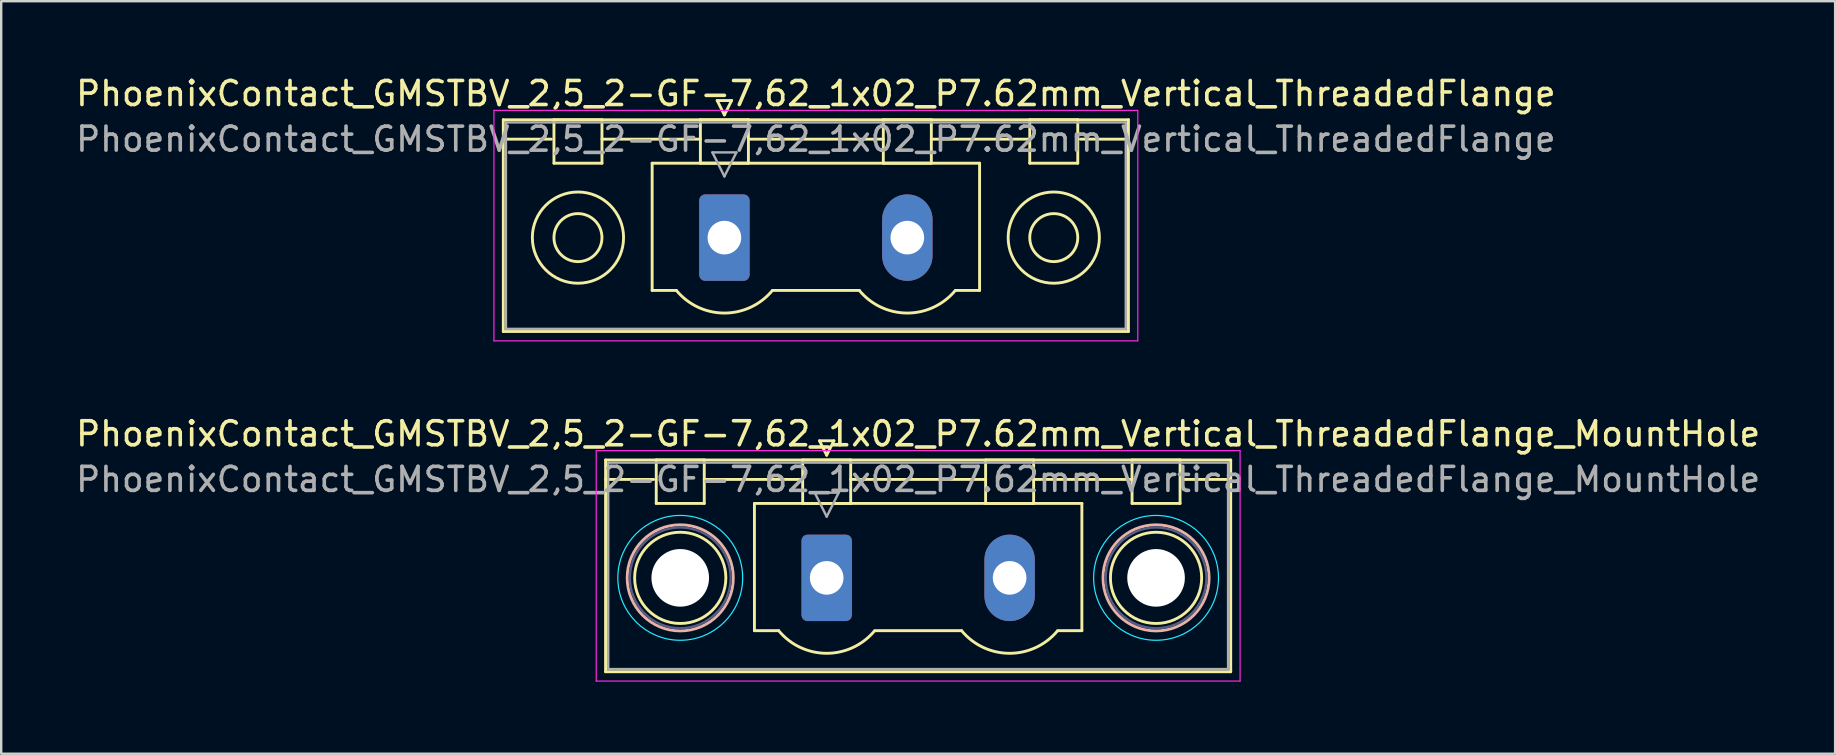
<source format=kicad_pcb>
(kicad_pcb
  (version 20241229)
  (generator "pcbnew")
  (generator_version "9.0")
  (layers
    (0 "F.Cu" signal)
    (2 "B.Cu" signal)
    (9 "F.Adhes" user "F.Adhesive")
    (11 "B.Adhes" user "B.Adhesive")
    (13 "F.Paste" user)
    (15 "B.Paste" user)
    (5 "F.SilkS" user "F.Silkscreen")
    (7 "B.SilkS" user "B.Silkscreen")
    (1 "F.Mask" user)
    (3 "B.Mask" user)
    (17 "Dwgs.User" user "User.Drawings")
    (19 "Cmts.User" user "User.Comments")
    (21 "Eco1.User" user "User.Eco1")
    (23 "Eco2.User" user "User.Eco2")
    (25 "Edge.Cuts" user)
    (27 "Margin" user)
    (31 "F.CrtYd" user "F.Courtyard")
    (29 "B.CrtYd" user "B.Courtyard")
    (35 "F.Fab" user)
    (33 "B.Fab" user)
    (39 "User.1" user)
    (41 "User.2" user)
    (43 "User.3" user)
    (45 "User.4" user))
  (footprint "PhoenixContact_GMSTBV_2,5_2-GF-7,62_1x02_P7.62mm_Vertical_ThreadedFlange_MountHole"
    (layer "F.Cu")
    (at 31.386 21.021)
    (property "Reference" "PhoenixContact_GMSTBV_2,5_2-GF-7,62_1x02_P7.62mm_Vertical_ThreadedFlange_MountHole" (at 3.81 -6 0) (layer "F.SilkS") (effects (font (size 1 1) (thickness 0.15))))
    (attr through_hole)
    (fp_line (start -9.21 -4.91) (end -9.21 3.91) (stroke (width 0.12) (type solid)) (layer "F.SilkS"))
    (fp_line (start -9.21 -4.1) (end -7.21 -4.1) (stroke (width 0.12) (type solid)) (layer "F.SilkS"))
    (fp_line (start -9.21 3.91) (end 16.83 3.91) (stroke (width 0.12) (type solid)) (layer "F.SilkS"))
    (fp_line (start -7.1 -4.91) (end -5.1 -4.91) (stroke (width 0.12) (type solid)) (layer "F.SilkS"))
    (fp_line (start -7.1 -3.1) (end -7.1 -4.91) (stroke (width 0.12) (type solid)) (layer "F.SilkS"))
    (fp_line (start -5.1 -4.91) (end -5.1 -3.1) (stroke (width 0.12) (type solid)) (layer "F.SilkS"))
    (fp_line (start -5.1 -4.1) (end -1 -4.1) (stroke (width 0.12) (type solid)) (layer "F.SilkS"))
    (fp_line (start -5.1 -3.1) (end -7.1 -3.1) (stroke (width 0.12) (type solid)) (layer "F.SilkS"))
    (fp_line (start -3.01 -3.1) (end 10.63 -3.1) (stroke (width 0.12) (type solid)) (layer "F.SilkS"))
    (fp_line (start -3.01 2.2) (end -3.01 -3.1) (stroke (width 0.12) (type solid)) (layer "F.SilkS"))
    (fp_line (start -2 2.2) (end -3.01 2.2) (stroke (width 0.12) (type solid)) (layer "F.SilkS"))
    (fp_line (start -1 -4.91) (end 1 -4.91) (stroke (width 0.12) (type solid)) (layer "F.SilkS"))
    (fp_line (start -1 -3.1) (end -1 -4.91) (stroke (width 0.12) (type solid)) (layer "F.SilkS"))
    (fp_line (start -0.3 -5.71) (end 0.3 -5.71) (stroke (width 0.12) (type solid)) (layer "F.SilkS"))
    (fp_line (start 0 -5.11) (end -0.3 -5.71) (stroke (width 0.12) (type solid)) (layer "F.SilkS"))
    (fp_line (start 0.3 -5.71) (end 0 -5.11) (stroke (width 0.12) (type solid)) (layer "F.SilkS"))
    (fp_line (start 1 -4.91) (end 1 -3.1) (stroke (width 0.12) (type solid)) (layer "F.SilkS"))
    (fp_line (start 1 -4.1) (end 6.62 -4.1) (stroke (width 0.12) (type solid)) (layer "F.SilkS"))
    (fp_line (start 1 -3.1) (end -1 -3.1) (stroke (width 0.12) (type solid)) (layer "F.SilkS"))
    (fp_line (start 2 2.2) (end 5.62 2.2) (stroke (width 0.12) (type solid)) (layer "F.SilkS"))
    (fp_line (start 6.62 -4.91) (end 8.62 -4.91) (stroke (width 0.12) (type solid)) (layer "F.SilkS"))
    (fp_line (start 6.62 -3.1) (end 6.62 -4.91) (stroke (width 0.12) (type solid)) (layer "F.SilkS"))
    (fp_line (start 8.62 -4.91) (end 8.62 -3.1) (stroke (width 0.12) (type solid)) (layer "F.SilkS"))
    (fp_line (start 8.62 -4.1) (end 12.72 -4.1) (stroke (width 0.12) (type solid)) (layer "F.SilkS"))
    (fp_line (start 8.62 -3.1) (end 6.62 -3.1) (stroke (width 0.12) (type solid)) (layer "F.SilkS"))
    (fp_line (start 10.63 -3.1) (end 10.63 2.2) (stroke (width 0.12) (type solid)) (layer "F.SilkS"))
    (fp_line (start 10.63 2.2) (end 9.62 2.2) (stroke (width 0.12) (type solid)) (layer "F.SilkS"))
    (fp_line (start 12.72 -4.91) (end 14.72 -4.91) (stroke (width 0.12) (type solid)) (layer "F.SilkS"))
    (fp_line (start 12.72 -3.1) (end 12.72 -4.91) (stroke (width 0.12) (type solid)) (layer "F.SilkS"))
    (fp_line (start 14.72 -4.91) (end 14.72 -3.1) (stroke (width 0.12) (type solid)) (layer "F.SilkS"))
    (fp_line (start 14.72 -3.1) (end 12.72 -3.1) (stroke (width 0.12) (type solid)) (layer "F.SilkS"))
    (fp_line (start 16.83 -4.91) (end -9.21 -4.91) (stroke (width 0.12) (type solid)) (layer "F.SilkS"))
    (fp_line (start 16.83 -4.1) (end 14.83 -4.1) (stroke (width 0.12) (type solid)) (layer "F.SilkS"))
    (fp_line (start 16.83 3.91) (end 16.83 -4.91) (stroke (width 0.12) (type solid)) (layer "F.SilkS"))
    (fp_arc (start 1.986842 2.215821) (mid -0.010289 3.142758) (end -2 2.2) (stroke (width 0.12) (type solid)) (layer "F.SilkS"))
    (fp_arc (start 9.606842 2.215821) (mid 7.609711 3.142758) (end 5.62 2.2) (stroke (width 0.12) (type solid)) (layer "F.SilkS"))
    (fp_circle (center -6.1 0) (end -4.2 0) (stroke (width 0.12) (type solid)) (fill no) (layer "F.SilkS"))
    (fp_circle (center 13.72 0) (end 15.62 0) (stroke (width 0.12) (type solid)) (fill no) (layer "F.SilkS"))
    (fp_circle (center -6.1 0) (end -3.89 0) (stroke (width 0.12) (type solid)) (fill no) (layer "B.SilkS"))
    (fp_circle (center 13.72 0) (end 15.93 0) (stroke (width 0.12) (type solid)) (fill no) (layer "B.SilkS"))
    (fp_circle (center -6.1 0) (end -3.5 0) (stroke (width 0.05) (type solid)) (fill no) (layer "B.CrtYd"))
    (fp_circle (center 13.72 0) (end 16.32 0) (stroke (width 0.05) (type solid)) (fill no) (layer "B.CrtYd"))
    (fp_line (start -9.6 -5.3) (end -9.6 4.3) (stroke (width 0.05) (type solid)) (layer "F.CrtYd"))
    (fp_line (start -9.6 4.3) (end 17.22 4.3) (stroke (width 0.05) (type solid)) (layer "F.CrtYd"))
    (fp_line (start 17.22 -5.3) (end -9.6 -5.3) (stroke (width 0.05) (type solid)) (layer "F.CrtYd"))
    (fp_line (start 17.22 4.3) (end 17.22 -5.3) (stroke (width 0.05) (type solid)) (layer "F.CrtYd"))
    (fp_circle (center -6.1 0) (end -4 0) (stroke (width 0.1) (type solid)) (fill no) (layer "B.Fab"))
    (fp_circle (center 13.72 0) (end 15.82 0) (stroke (width 0.1) (type solid)) (fill no) (layer "B.Fab"))
    (fp_line (start -9.1 -4.8) (end -9.1 3.8) (stroke (width 0.1) (type solid)) (layer "F.Fab"))
    (fp_line (start -9.1 3.8) (end 16.72 3.8) (stroke (width 0.1) (type solid)) (layer "F.Fab"))
    (fp_line (start -0.5 -3.55) (end 0.5 -3.55) (stroke (width 0.1) (type solid)) (layer "F.Fab"))
    (fp_line (start 0 -2.55) (end -0.5 -3.55) (stroke (width 0.1) (type solid)) (layer "F.Fab"))
    (fp_line (start 0.5 -3.55) (end 0 -2.55) (stroke (width 0.1) (type solid)) (layer "F.Fab"))
    (fp_line (start 16.72 -4.8) (end -9.1 -4.8) (stroke (width 0.1) (type solid)) (layer "F.Fab"))
    (fp_line (start 16.72 3.8) (end 16.72 -4.8) (stroke (width 0.1) (type solid)) (layer "F.Fab"))
    (fp_text user "${REFERENCE}" (at 3.81 -4.1 0) (layer "F.Fab") (effects (font (size 1 1) (thickness 0.15))))
    (pad "" np_thru_hole circle (at -6.1 0) (size 2.4 2.4) (drill 2.4) (layers "*.Cu" "*.Mask"))
    (pad "" np_thru_hole circle (at 13.72 0) (size 2.4 2.4) (drill 2.4) (layers "*.Cu" "*.Mask"))
    (pad "1" thru_hole roundrect (at 0 0) (size 2.1 3.6) (drill 1.4) (layers "*.Cu" "*.Mask") (roundrect_rratio 0.119))
    (pad "2" thru_hole oval (at 7.62 0) (size 2.1 3.6) (drill 1.4) (layers "*.Cu" "*.Mask")))
  (footprint "PhoenixContact_GMSTBV_2,5_2-GF-7,62_1x02_P7.62mm_Vertical_ThreadedFlange"
    (layer "F.Cu")
    (at 27.125 6.848)
    (property "Reference" "PhoenixContact_GMSTBV_2,5_2-GF-7,62_1x02_P7.62mm_Vertical_ThreadedFlange" (at 3.81 -6 0) (layer "F.SilkS") (effects (font (size 1 1) (thickness 0.15))))
    (attr through_hole)
    (fp_line (start -9.21 -4.91) (end -9.21 3.91) (stroke (width 0.12) (type solid)) (layer "F.SilkS"))
    (fp_line (start -9.21 -4.1) (end -7.21 -4.1) (stroke (width 0.12) (type solid)) (layer "F.SilkS"))
    (fp_line (start -9.21 3.91) (end 16.83 3.91) (stroke (width 0.12) (type solid)) (layer "F.SilkS"))
    (fp_line (start -7.1 -4.91) (end -5.1 -4.91) (stroke (width 0.12) (type solid)) (layer "F.SilkS"))
    (fp_line (start -7.1 -3.1) (end -7.1 -4.91) (stroke (width 0.12) (type solid)) (layer "F.SilkS"))
    (fp_line (start -5.1 -4.91) (end -5.1 -3.1) (stroke (width 0.12) (type solid)) (layer "F.SilkS"))
    (fp_line (start -5.1 -4.1) (end -1 -4.1) (stroke (width 0.12) (type solid)) (layer "F.SilkS"))
    (fp_line (start -5.1 -3.1) (end -7.1 -3.1) (stroke (width 0.12) (type solid)) (layer "F.SilkS"))
    (fp_line (start -3.01 -3.1) (end 10.63 -3.1) (stroke (width 0.12) (type solid)) (layer "F.SilkS"))
    (fp_line (start -3.01 2.2) (end -3.01 -3.1) (stroke (width 0.12) (type solid)) (layer "F.SilkS"))
    (fp_line (start -2 2.2) (end -3.01 2.2) (stroke (width 0.12) (type solid)) (layer "F.SilkS"))
    (fp_line (start -1 -4.91) (end 1 -4.91) (stroke (width 0.12) (type solid)) (layer "F.SilkS"))
    (fp_line (start -1 -3.1) (end -1 -4.91) (stroke (width 0.12) (type solid)) (layer "F.SilkS"))
    (fp_line (start -0.3 -5.71) (end 0.3 -5.71) (stroke (width 0.12) (type solid)) (layer "F.SilkS"))
    (fp_line (start 0 -5.11) (end -0.3 -5.71) (stroke (width 0.12) (type solid)) (layer "F.SilkS"))
    (fp_line (start 0.3 -5.71) (end 0 -5.11) (stroke (width 0.12) (type solid)) (layer "F.SilkS"))
    (fp_line (start 1 -4.91) (end 1 -3.1) (stroke (width 0.12) (type solid)) (layer "F.SilkS"))
    (fp_line (start 1 -4.1) (end 6.62 -4.1) (stroke (width 0.12) (type solid)) (layer "F.SilkS"))
    (fp_line (start 1 -3.1) (end -1 -3.1) (stroke (width 0.12) (type solid)) (layer "F.SilkS"))
    (fp_line (start 2 2.2) (end 5.62 2.2) (stroke (width 0.12) (type solid)) (layer "F.SilkS"))
    (fp_line (start 6.62 -4.91) (end 8.62 -4.91) (stroke (width 0.12) (type solid)) (layer "F.SilkS"))
    (fp_line (start 6.62 -3.1) (end 6.62 -4.91) (stroke (width 0.12) (type solid)) (layer "F.SilkS"))
    (fp_line (start 8.62 -4.91) (end 8.62 -3.1) (stroke (width 0.12) (type solid)) (layer "F.SilkS"))
    (fp_line (start 8.62 -4.1) (end 12.72 -4.1) (stroke (width 0.12) (type solid)) (layer "F.SilkS"))
    (fp_line (start 8.62 -3.1) (end 6.62 -3.1) (stroke (width 0.12) (type solid)) (layer "F.SilkS"))
    (fp_line (start 10.63 -3.1) (end 10.63 2.2) (stroke (width 0.12) (type solid)) (layer "F.SilkS"))
    (fp_line (start 10.63 2.2) (end 9.62 2.2) (stroke (width 0.12) (type solid)) (layer "F.SilkS"))
    (fp_line (start 12.72 -4.91) (end 14.72 -4.91) (stroke (width 0.12) (type solid)) (layer "F.SilkS"))
    (fp_line (start 12.72 -3.1) (end 12.72 -4.91) (stroke (width 0.12) (type solid)) (layer "F.SilkS"))
    (fp_line (start 14.72 -4.91) (end 14.72 -3.1) (stroke (width 0.12) (type solid)) (layer "F.SilkS"))
    (fp_line (start 14.72 -3.1) (end 12.72 -3.1) (stroke (width 0.12) (type solid)) (layer "F.SilkS"))
    (fp_line (start 16.83 -4.91) (end -9.21 -4.91) (stroke (width 0.12) (type solid)) (layer "F.SilkS"))
    (fp_line (start 16.83 -4.1) (end 14.83 -4.1) (stroke (width 0.12) (type solid)) (layer "F.SilkS"))
    (fp_line (start 16.83 3.91) (end 16.83 -4.91) (stroke (width 0.12) (type solid)) (layer "F.SilkS"))
    (fp_arc (start 1.986842 2.215821) (mid -0.010289 3.142758) (end -2 2.2) (stroke (width 0.12) (type solid)) (layer "F.SilkS"))
    (fp_arc (start 9.606842 2.215821) (mid 7.609711 3.142758) (end 5.62 2.2) (stroke (width 0.12) (type solid)) (layer "F.SilkS"))
    (fp_circle (center -6.1 0) (end -5.1 0) (stroke (width 0.12) (type solid)) (fill no) (layer "F.SilkS"))
    (fp_circle (center -6.1 0) (end -4.2 0) (stroke (width 0.12) (type solid)) (fill no) (layer "F.SilkS"))
    (fp_circle (center 13.72 0) (end 14.72 0) (stroke (width 0.12) (type solid)) (fill no) (layer "F.SilkS"))
    (fp_circle (center 13.72 0) (end 15.62 0) (stroke (width 0.12) (type solid)) (fill no) (layer "F.SilkS"))
    (fp_line (start -9.6 -5.3) (end -9.6 4.3) (stroke (width 0.05) (type solid)) (layer "F.CrtYd"))
    (fp_line (start -9.6 4.3) (end 17.22 4.3) (stroke (width 0.05) (type solid)) (layer "F.CrtYd"))
    (fp_line (start 17.22 -5.3) (end -9.6 -5.3) (stroke (width 0.05) (type solid)) (layer "F.CrtYd"))
    (fp_line (start 17.22 4.3) (end 17.22 -5.3) (stroke (width 0.05) (type solid)) (layer "F.CrtYd"))
    (fp_line (start -9.1 -4.8) (end -9.1 3.8) (stroke (width 0.1) (type solid)) (layer "F.Fab"))
    (fp_line (start -9.1 3.8) (end 16.72 3.8) (stroke (width 0.1) (type solid)) (layer "F.Fab"))
    (fp_line (start -0.5 -3.55) (end 0.5 -3.55) (stroke (width 0.1) (type solid)) (layer "F.Fab"))
    (fp_line (start 0 -2.55) (end -0.5 -3.55) (stroke (width 0.1) (type solid)) (layer "F.Fab"))
    (fp_line (start 0.5 -3.55) (end 0 -2.55) (stroke (width 0.1) (type solid)) (layer "F.Fab"))
    (fp_line (start 16.72 -4.8) (end -9.1 -4.8) (stroke (width 0.1) (type solid)) (layer "F.Fab"))
    (fp_line (start 16.72 3.8) (end 16.72 -4.8) (stroke (width 0.1) (type solid)) (layer "F.Fab"))
    (fp_text user "${REFERENCE}" (at 3.81 -4.1 0) (layer "F.Fab") (effects (font (size 1 1) (thickness 0.15))))
    (pad "1" thru_hole roundrect (at 0 0) (size 2.1 3.6) (drill 1.4) (layers "*.Cu" "*.Mask") (roundrect_rratio 0.119))
    (pad "2" thru_hole oval (at 7.62 0) (size 2.1 3.6) (drill 1.4) (layers "*.Cu" "*.Mask")))
  (gr_rect
    (start -3 -3)
    (end 73.393 28.346)
    (stroke (width 0.1) (type default))
    (fill no)
    (layer "Edge.Cuts")))
</source>
